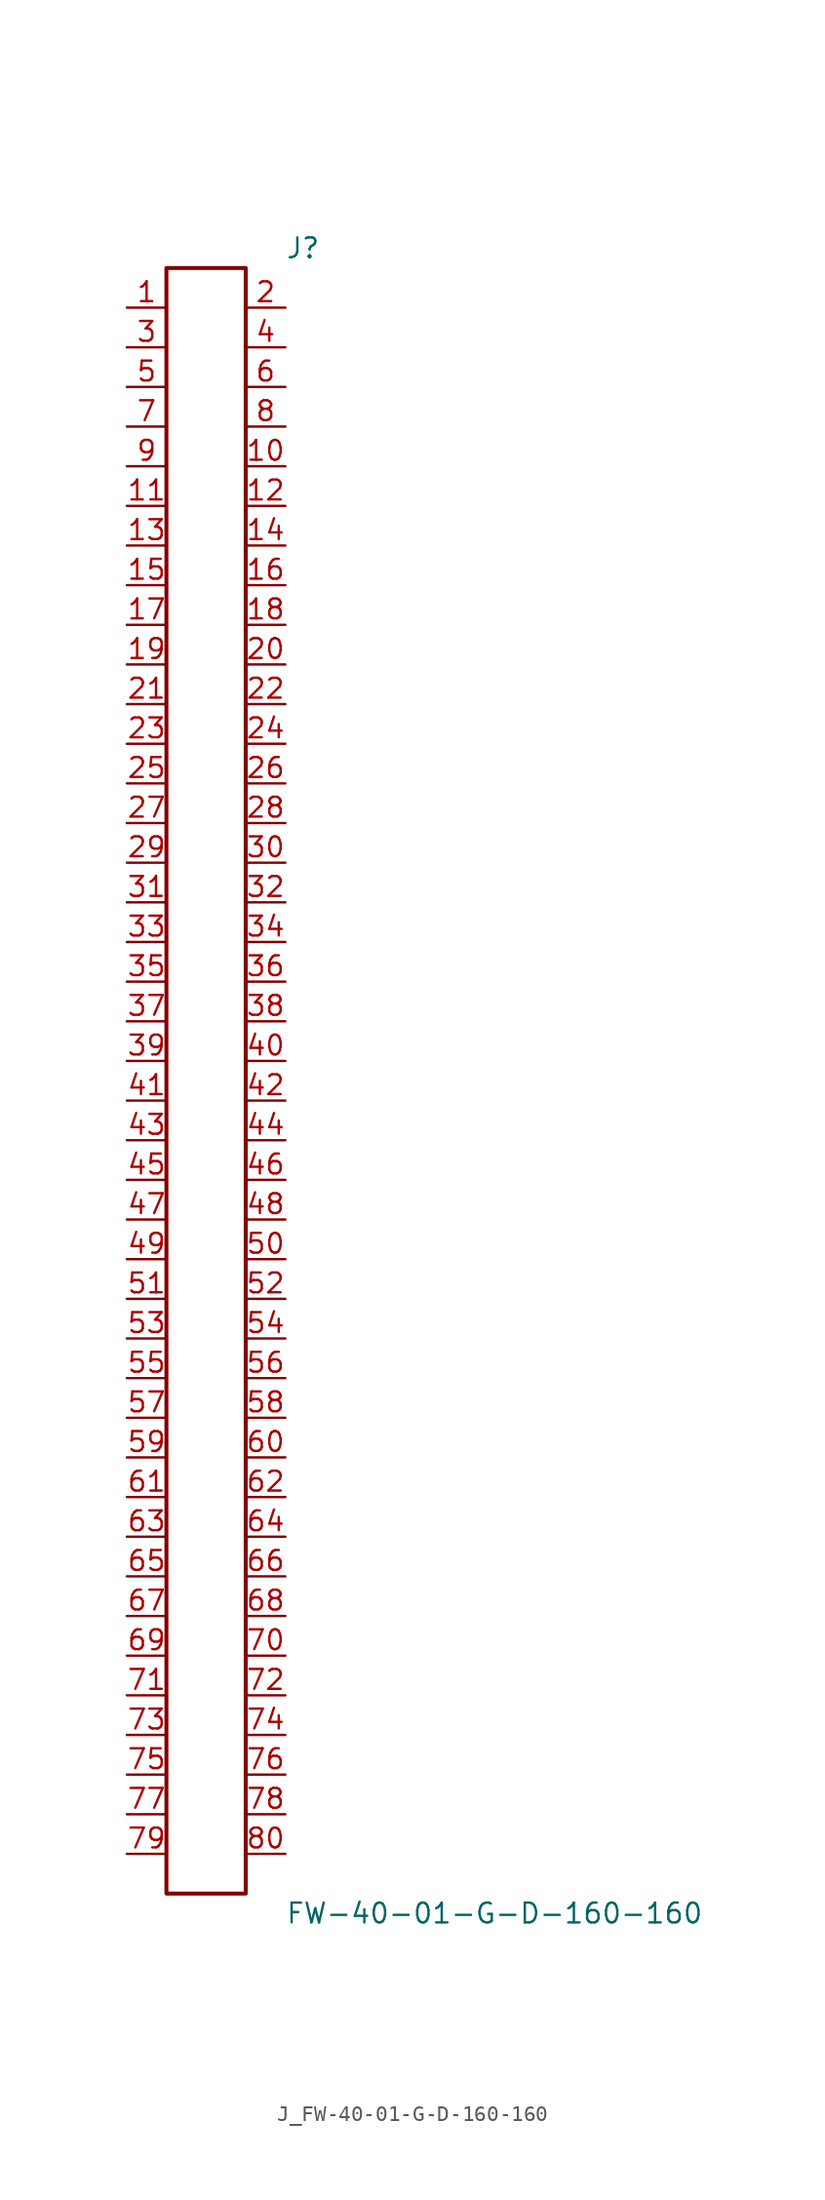
<source format=kicad_sym>
(kicad_symbol_lib
  (version 20231120)
  (generator kicad_symbol_editor)
  (generator_version 8.0)
  (symbol "J_FW-40-01-G-D-160-160"
    (pin_names
      (offset 0.254))
    (property "Reference" "J"
      (at 5.08 53.34 0)
      (effects (font (size 1.27 1.27)) (justify left)))
    (property "Value" "FW-40-01-G-D-160-160"
      (at 5.08 -53.34 0)
      (effects (font (size 1.27 1.27)) (justify left)))
    (symbol "J_FW-40-01-G-D-160-160_0_0"
      (pin unspecified line (at -5.08 49.53 0) (length 2.54) (name "" (effects (font (size 1.27 1.27)))) (number "1" (effects (font (size 1.27 1.27)))))
      (pin unspecified line (at 5.08 49.53 180) (length 2.54) (name "" (effects (font (size 1.27 1.27)))) (number "2" (effects (font (size 1.27 1.27)))))
      (pin unspecified line (at -5.08 46.99 0) (length 2.54) (name "" (effects (font (size 1.27 1.27)))) (number "3" (effects (font (size 1.27 1.27)))))
      (pin unspecified line (at 5.08 46.99 180) (length 2.54) (name "" (effects (font (size 1.27 1.27)))) (number "4" (effects (font (size 1.27 1.27)))))
      (pin unspecified line (at -5.08 44.45 0) (length 2.54) (name "" (effects (font (size 1.27 1.27)))) (number "5" (effects (font (size 1.27 1.27)))))
      (pin unspecified line (at 5.08 44.45 180) (length 2.54) (name "" (effects (font (size 1.27 1.27)))) (number "6" (effects (font (size 1.27 1.27)))))
      (pin unspecified line (at -5.08 41.91 0) (length 2.54) (name "" (effects (font (size 1.27 1.27)))) (number "7" (effects (font (size 1.27 1.27)))))
      (pin unspecified line (at 5.08 41.91 180) (length 2.54) (name "" (effects (font (size 1.27 1.27)))) (number "8" (effects (font (size 1.27 1.27)))))
      (pin unspecified line (at -5.08 39.37 0) (length 2.54) (name "" (effects (font (size 1.27 1.27)))) (number "9" (effects (font (size 1.27 1.27)))))
      (pin unspecified line (at 5.08 39.37 180) (length 2.54) (name "" (effects (font (size 1.27 1.27)))) (number "10" (effects (font (size 1.27 1.27)))))
      (pin unspecified line (at -5.08 36.83 0) (length 2.54) (name "" (effects (font (size 1.27 1.27)))) (number "11" (effects (font (size 1.27 1.27)))))
      (pin unspecified line (at 5.08 36.83 180) (length 2.54) (name "" (effects (font (size 1.27 1.27)))) (number "12" (effects (font (size 1.27 1.27)))))
      (pin unspecified line (at -5.08 34.29 0) (length 2.54) (name "" (effects (font (size 1.27 1.27)))) (number "13" (effects (font (size 1.27 1.27)))))
      (pin unspecified line (at 5.08 34.29 180) (length 2.54) (name "" (effects (font (size 1.27 1.27)))) (number "14" (effects (font (size 1.27 1.27)))))
      (pin unspecified line (at -5.08 31.75 0) (length 2.54) (name "" (effects (font (size 1.27 1.27)))) (number "15" (effects (font (size 1.27 1.27)))))
      (pin unspecified line (at 5.08 31.75 180) (length 2.54) (name "" (effects (font (size 1.27 1.27)))) (number "16" (effects (font (size 1.27 1.27)))))
      (pin unspecified line (at -5.08 29.21 0) (length 2.54) (name "" (effects (font (size 1.27 1.27)))) (number "17" (effects (font (size 1.27 1.27)))))
      (pin unspecified line (at 5.08 29.21 180) (length 2.54) (name "" (effects (font (size 1.27 1.27)))) (number "18" (effects (font (size 1.27 1.27)))))
      (pin unspecified line (at -5.08 26.67 0) (length 2.54) (name "" (effects (font (size 1.27 1.27)))) (number "19" (effects (font (size 1.27 1.27)))))
      (pin unspecified line (at 5.08 26.67 180) (length 2.54) (name "" (effects (font (size 1.27 1.27)))) (number "20" (effects (font (size 1.27 1.27)))))
      (pin unspecified line (at -5.08 24.13 0) (length 2.54) (name "" (effects (font (size 1.27 1.27)))) (number "21" (effects (font (size 1.27 1.27)))))
      (pin unspecified line (at 5.08 24.13 180) (length 2.54) (name "" (effects (font (size 1.27 1.27)))) (number "22" (effects (font (size 1.27 1.27)))))
      (pin unspecified line (at -5.08 21.59 0) (length 2.54) (name "" (effects (font (size 1.27 1.27)))) (number "23" (effects (font (size 1.27 1.27)))))
      (pin unspecified line (at 5.08 21.59 180) (length 2.54) (name "" (effects (font (size 1.27 1.27)))) (number "24" (effects (font (size 1.27 1.27)))))
      (pin unspecified line (at -5.08 19.05 0) (length 2.54) (name "" (effects (font (size 1.27 1.27)))) (number "25" (effects (font (size 1.27 1.27)))))
      (pin unspecified line (at 5.08 19.05 180) (length 2.54) (name "" (effects (font (size 1.27 1.27)))) (number "26" (effects (font (size 1.27 1.27)))))
      (pin unspecified line (at -5.08 16.51 0) (length 2.54) (name "" (effects (font (size 1.27 1.27)))) (number "27" (effects (font (size 1.27 1.27)))))
      (pin unspecified line (at 5.08 16.51 180) (length 2.54) (name "" (effects (font (size 1.27 1.27)))) (number "28" (effects (font (size 1.27 1.27)))))
      (pin unspecified line (at -5.08 13.97 0) (length 2.54) (name "" (effects (font (size 1.27 1.27)))) (number "29" (effects (font (size 1.27 1.27)))))
      (pin unspecified line (at 5.08 13.97 180) (length 2.54) (name "" (effects (font (size 1.27 1.27)))) (number "30" (effects (font (size 1.27 1.27)))))
      (pin unspecified line (at -5.08 11.43 0) (length 2.54) (name "" (effects (font (size 1.27 1.27)))) (number "31" (effects (font (size 1.27 1.27)))))
      (pin unspecified line (at 5.08 11.43 180) (length 2.54) (name "" (effects (font (size 1.27 1.27)))) (number "32" (effects (font (size 1.27 1.27)))))
      (pin unspecified line (at -5.08 8.89 0) (length 2.54) (name "" (effects (font (size 1.27 1.27)))) (number "33" (effects (font (size 1.27 1.27)))))
      (pin unspecified line (at 5.08 8.89 180) (length 2.54) (name "" (effects (font (size 1.27 1.27)))) (number "34" (effects (font (size 1.27 1.27)))))
      (pin unspecified line (at -5.08 6.35 0) (length 2.54) (name "" (effects (font (size 1.27 1.27)))) (number "35" (effects (font (size 1.27 1.27)))))
      (pin unspecified line (at 5.08 6.35 180) (length 2.54) (name "" (effects (font (size 1.27 1.27)))) (number "36" (effects (font (size 1.27 1.27)))))
      (pin unspecified line (at -5.08 3.81 0) (length 2.54) (name "" (effects (font (size 1.27 1.27)))) (number "37" (effects (font (size 1.27 1.27)))))
      (pin unspecified line (at 5.08 3.81 180) (length 2.54) (name "" (effects (font (size 1.27 1.27)))) (number "38" (effects (font (size 1.27 1.27)))))
      (pin unspecified line (at -5.08 1.27 0) (length 2.54) (name "" (effects (font (size 1.27 1.27)))) (number "39" (effects (font (size 1.27 1.27)))))
      (pin unspecified line (at 5.08 1.27 180) (length 2.54) (name "" (effects (font (size 1.27 1.27)))) (number "40" (effects (font (size 1.27 1.27)))))
      (pin unspecified line (at -5.08 -1.27 0) (length 2.54) (name "" (effects (font (size 1.27 1.27)))) (number "41" (effects (font (size 1.27 1.27)))))
      (pin unspecified line (at 5.08 -1.27 180) (length 2.54) (name "" (effects (font (size 1.27 1.27)))) (number "42" (effects (font (size 1.27 1.27)))))
      (pin unspecified line (at -5.08 -3.81 0) (length 2.54) (name "" (effects (font (size 1.27 1.27)))) (number "43" (effects (font (size 1.27 1.27)))))
      (pin unspecified line (at 5.08 -3.81 180) (length 2.54) (name "" (effects (font (size 1.27 1.27)))) (number "44" (effects (font (size 1.27 1.27)))))
      (pin unspecified line (at -5.08 -6.35 0) (length 2.54) (name "" (effects (font (size 1.27 1.27)))) (number "45" (effects (font (size 1.27 1.27)))))
      (pin unspecified line (at 5.08 -6.35 180) (length 2.54) (name "" (effects (font (size 1.27 1.27)))) (number "46" (effects (font (size 1.27 1.27)))))
      (pin unspecified line (at -5.08 -8.89 0) (length 2.54) (name "" (effects (font (size 1.27 1.27)))) (number "47" (effects (font (size 1.27 1.27)))))
      (pin unspecified line (at 5.08 -8.89 180) (length 2.54) (name "" (effects (font (size 1.27 1.27)))) (number "48" (effects (font (size 1.27 1.27)))))
      (pin unspecified line (at -5.08 -11.43 0) (length 2.54) (name "" (effects (font (size 1.27 1.27)))) (number "49" (effects (font (size 1.27 1.27)))))
      (pin unspecified line (at 5.08 -11.43 180) (length 2.54) (name "" (effects (font (size 1.27 1.27)))) (number "50" (effects (font (size 1.27 1.27)))))
      (pin unspecified line (at -5.08 -13.97 0) (length 2.54) (name "" (effects (font (size 1.27 1.27)))) (number "51" (effects (font (size 1.27 1.27)))))
      (pin unspecified line (at 5.08 -13.97 180) (length 2.54) (name "" (effects (font (size 1.27 1.27)))) (number "52" (effects (font (size 1.27 1.27)))))
      (pin unspecified line (at -5.08 -16.51 0) (length 2.54) (name "" (effects (font (size 1.27 1.27)))) (number "53" (effects (font (size 1.27 1.27)))))
      (pin unspecified line (at 5.08 -16.51 180) (length 2.54) (name "" (effects (font (size 1.27 1.27)))) (number "54" (effects (font (size 1.27 1.27)))))
      (pin unspecified line (at -5.08 -19.05 0) (length 2.54) (name "" (effects (font (size 1.27 1.27)))) (number "55" (effects (font (size 1.27 1.27)))))
      (pin unspecified line (at 5.08 -19.05 180) (length 2.54) (name "" (effects (font (size 1.27 1.27)))) (number "56" (effects (font (size 1.27 1.27)))))
      (pin unspecified line (at -5.08 -21.59 0) (length 2.54) (name "" (effects (font (size 1.27 1.27)))) (number "57" (effects (font (size 1.27 1.27)))))
      (pin unspecified line (at 5.08 -21.59 180) (length 2.54) (name "" (effects (font (size 1.27 1.27)))) (number "58" (effects (font (size 1.27 1.27)))))
      (pin unspecified line (at -5.08 -24.13 0) (length 2.54) (name "" (effects (font (size 1.27 1.27)))) (number "59" (effects (font (size 1.27 1.27)))))
      (pin unspecified line (at 5.08 -24.13 180) (length 2.54) (name "" (effects (font (size 1.27 1.27)))) (number "60" (effects (font (size 1.27 1.27)))))
      (pin unspecified line (at -5.08 -26.67 0) (length 2.54) (name "" (effects (font (size 1.27 1.27)))) (number "61" (effects (font (size 1.27 1.27)))))
      (pin unspecified line (at 5.08 -26.67 180) (length 2.54) (name "" (effects (font (size 1.27 1.27)))) (number "62" (effects (font (size 1.27 1.27)))))
      (pin unspecified line (at -5.08 -29.21 0) (length 2.54) (name "" (effects (font (size 1.27 1.27)))) (number "63" (effects (font (size 1.27 1.27)))))
      (pin unspecified line (at 5.08 -29.21 180) (length 2.54) (name "" (effects (font (size 1.27 1.27)))) (number "64" (effects (font (size 1.27 1.27)))))
      (pin unspecified line (at -5.08 -31.75 0) (length 2.54) (name "" (effects (font (size 1.27 1.27)))) (number "65" (effects (font (size 1.27 1.27)))))
      (pin unspecified line (at 5.08 -31.75 180) (length 2.54) (name "" (effects (font (size 1.27 1.27)))) (number "66" (effects (font (size 1.27 1.27)))))
      (pin unspecified line (at -5.08 -34.29 0) (length 2.54) (name "" (effects (font (size 1.27 1.27)))) (number "67" (effects (font (size 1.27 1.27)))))
      (pin unspecified line (at 5.08 -34.29 180) (length 2.54) (name "" (effects (font (size 1.27 1.27)))) (number "68" (effects (font (size 1.27 1.27)))))
      (pin unspecified line (at -5.08 -36.83 0) (length 2.54) (name "" (effects (font (size 1.27 1.27)))) (number "69" (effects (font (size 1.27 1.27)))))
      (pin unspecified line (at 5.08 -36.83 180) (length 2.54) (name "" (effects (font (size 1.27 1.27)))) (number "70" (effects (font (size 1.27 1.27)))))
      (pin unspecified line (at -5.08 -39.37 0) (length 2.54) (name "" (effects (font (size 1.27 1.27)))) (number "71" (effects (font (size 1.27 1.27)))))
      (pin unspecified line (at 5.08 -39.37 180) (length 2.54) (name "" (effects (font (size 1.27 1.27)))) (number "72" (effects (font (size 1.27 1.27)))))
      (pin unspecified line (at -5.08 -41.91 0) (length 2.54) (name "" (effects (font (size 1.27 1.27)))) (number "73" (effects (font (size 1.27 1.27)))))
      (pin unspecified line (at 5.08 -41.91 180) (length 2.54) (name "" (effects (font (size 1.27 1.27)))) (number "74" (effects (font (size 1.27 1.27)))))
      (pin unspecified line (at -5.08 -44.45 0) (length 2.54) (name "" (effects (font (size 1.27 1.27)))) (number "75" (effects (font (size 1.27 1.27)))))
      (pin unspecified line (at 5.08 -44.45 180) (length 2.54) (name "" (effects (font (size 1.27 1.27)))) (number "76" (effects (font (size 1.27 1.27)))))
      (pin unspecified line (at -5.08 -46.99 0) (length 2.54) (name "" (effects (font (size 1.27 1.27)))) (number "77" (effects (font (size 1.27 1.27)))))
      (pin unspecified line (at 5.08 -46.99 180) (length 2.54) (name "" (effects (font (size 1.27 1.27)))) (number "78" (effects (font (size 1.27 1.27)))))
      (pin unspecified line (at -5.08 -49.53 0) (length 2.54) (name "" (effects (font (size 1.27 1.27)))) (number "79" (effects (font (size 1.27 1.27)))))
      (pin unspecified line (at 5.08 -49.53 180) (length 2.54) (name "" (effects (font (size 1.27 1.27)))) (number "80" (effects (font (size 1.27 1.27))))))
    (symbol "J_FW-40-01-G-D-160-160_1_0"
      (rectangle (start -2.54 52.07) (end 2.54 -52.07) (stroke (width 0.254) (type solid)) (fill (type none))))))
</source>
